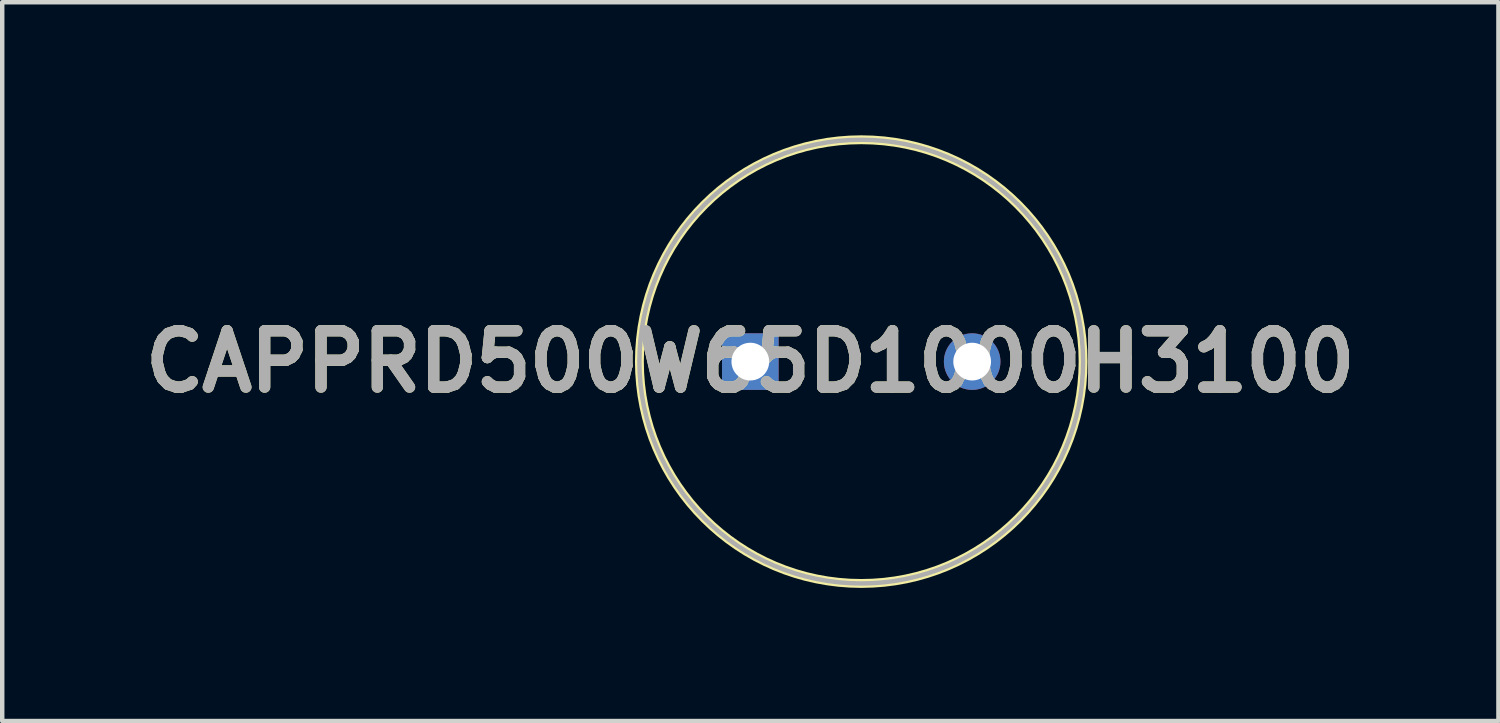
<source format=kicad_pcb>
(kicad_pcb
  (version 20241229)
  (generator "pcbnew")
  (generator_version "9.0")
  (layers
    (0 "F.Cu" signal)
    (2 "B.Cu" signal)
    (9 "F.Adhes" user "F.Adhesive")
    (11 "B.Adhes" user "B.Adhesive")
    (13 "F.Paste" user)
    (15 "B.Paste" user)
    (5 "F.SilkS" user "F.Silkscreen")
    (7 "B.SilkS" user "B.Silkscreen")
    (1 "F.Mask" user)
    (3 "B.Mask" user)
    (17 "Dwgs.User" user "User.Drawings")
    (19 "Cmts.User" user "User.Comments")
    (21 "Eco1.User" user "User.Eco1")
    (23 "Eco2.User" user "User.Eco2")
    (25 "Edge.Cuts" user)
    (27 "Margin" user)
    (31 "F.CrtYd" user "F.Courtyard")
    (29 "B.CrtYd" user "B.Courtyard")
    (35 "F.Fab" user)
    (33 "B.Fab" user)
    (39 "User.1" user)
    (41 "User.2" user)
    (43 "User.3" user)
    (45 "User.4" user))
  (footprint "CAPPRD500W65D1000H3100"
    (layer "F.Cu")
    (at 13.861 5.1)
    (property "Reference" "CAPPRD500W65D1000H3100" (at 0 0 0) (layer "F.SilkS") (effects (font (size 1.27 1.27) (thickness 0.254))))
    (attr through_hole)
    (fp_circle (center 2.5 0) (end 2.5 5) (stroke (width 0.2) (type solid)) (fill no) (layer "F.SilkS"))
    (fp_circle (center 2.5 0) (end 2.5 5) (stroke (width 0.1) (type solid)) (fill no) (layer "F.Fab"))
    (fp_text user "${REFERENCE}" (at 0 0 0) (layer "F.Fab") (effects (font (size 1.27 1.27) (thickness 0.254))))
    (pad "1" thru_hole rect (at 0 0) (size 1.275 1.275) (drill 0.85) (layers "*.Cu" "*.Mask"))
    (pad "2" thru_hole circle (at 5 0) (size 1.275 1.275) (drill 0.85) (layers "*.Cu" "*.Mask")))
  (gr_rect
    (start -3 -3)
    (end 30.722 13.2)
    (stroke (width 0.1) (type default))
    (fill no)
    (layer "Edge.Cuts")))
</source>
